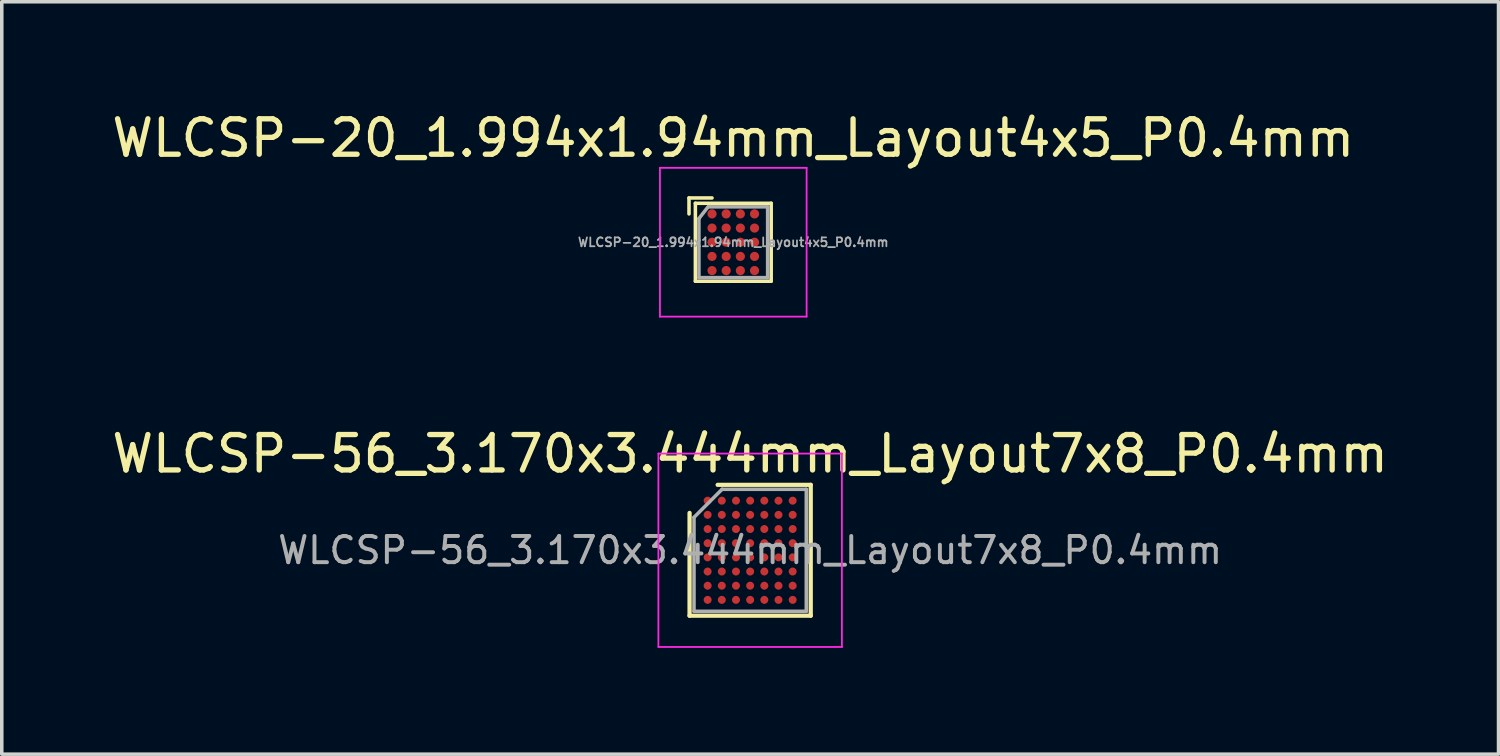
<source format=kicad_pcb>
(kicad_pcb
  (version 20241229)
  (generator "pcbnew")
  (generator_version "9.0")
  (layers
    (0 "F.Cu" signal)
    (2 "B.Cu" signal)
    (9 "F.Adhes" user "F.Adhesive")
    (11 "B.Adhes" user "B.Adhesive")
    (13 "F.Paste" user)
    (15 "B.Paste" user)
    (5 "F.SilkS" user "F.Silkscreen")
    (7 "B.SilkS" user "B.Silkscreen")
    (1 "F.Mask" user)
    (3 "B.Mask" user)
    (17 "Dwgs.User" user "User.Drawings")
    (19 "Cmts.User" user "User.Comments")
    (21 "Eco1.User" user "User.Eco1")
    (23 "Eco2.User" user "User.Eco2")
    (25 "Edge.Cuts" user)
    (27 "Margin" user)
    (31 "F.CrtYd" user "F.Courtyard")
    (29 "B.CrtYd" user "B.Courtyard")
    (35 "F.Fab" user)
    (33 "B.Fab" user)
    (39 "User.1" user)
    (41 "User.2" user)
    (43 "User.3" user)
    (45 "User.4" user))
  (footprint "WLCSP-20_1.994x1.94mm_Layout4x5_P0.4mm"
    (layer "F.Cu")
    (at 17.649 3.788)
    (property "Reference" "WLCSP-20_1.994x1.94mm_Layout4x5_P0.4mm" (at 0 -2.94 0) (layer "F.SilkS") (effects (font (size 1 1) (thickness 0.15))))
    (attr smd)
    (fp_line (start -1.25 -1.25) (end -1.25 -0.8) (stroke (width 0.1) (type solid)) (layer "F.SilkS"))
    (fp_line (start -1.07 1.1) (end -1.07 -1.1) (stroke (width 0.1) (type solid)) (layer "F.SilkS"))
    (fp_line (start -0.6 -1.25) (end -1.25 -1.25) (stroke (width 0.1) (type solid)) (layer "F.SilkS"))
    (fp_line (start 1.07 -1.1) (end -1.07 -1.1) (stroke (width 0.1) (type solid)) (layer "F.SilkS"))
    (fp_line (start 1.07 1.1) (end -1.07 1.1) (stroke (width 0.1) (type solid)) (layer "F.SilkS"))
    (fp_line (start 1.07 1.1) (end 1.07 -1.1) (stroke (width 0.1) (type solid)) (layer "F.SilkS"))
    (fp_line (start -2.07 2.1) (end -2.07 -2.1) (stroke (width 0.05) (type solid)) (layer "F.CrtYd"))
    (fp_line (start 2.07 -2.1) (end -2.07 -2.1) (stroke (width 0.05) (type solid)) (layer "F.CrtYd"))
    (fp_line (start 2.07 2.1) (end -2.07 2.1) (stroke (width 0.05) (type solid)) (layer "F.CrtYd"))
    (fp_line (start 2.07 2.1) (end 2.07 -2.1) (stroke (width 0.05) (type solid)) (layer "F.CrtYd"))
    (fp_line (start -0.97 -0.67) (end -0.71 -1) (stroke (width 0.1) (type solid)) (layer "F.Fab"))
    (fp_line (start -0.97 0.997) (end -0.97 -0.66) (stroke (width 0.1) (type solid)) (layer "F.Fab"))
    (fp_line (start -0.97 1) (end 0.97 1) (stroke (width 0.1) (type solid)) (layer "F.Fab"))
    (fp_line (start -0.7 -1) (end 0.97 -1) (stroke (width 0.1) (type solid)) (layer "F.Fab"))
    (fp_line (start 0.97 0.997) (end 0.97 -0.997) (stroke (width 0.1) (type solid)) (layer "F.Fab"))
    (fp_text user "${REFERENCE}" (at 0 0 0) (layer "F.Fab") (effects (font (size 0.25 0.25) (thickness 0.05))))
    (pad "A1" smd circle (at -0.6 -0.8) (size 0.258 0.258) (layers "F.Cu" "F.Mask" "F.Paste"))
    (pad "A2" smd circle (at -0.2 -0.8) (size 0.258 0.258) (layers "F.Cu" "F.Mask" "F.Paste"))
    (pad "A3" smd circle (at 0.2 -0.8) (size 0.258 0.258) (layers "F.Cu" "F.Mask" "F.Paste"))
    (pad "A4" smd circle (at 0.6 -0.8) (size 0.258 0.258) (layers "F.Cu" "F.Mask" "F.Paste"))
    (pad "B1" smd circle (at -0.6 -0.4) (size 0.258 0.258) (layers "F.Cu" "F.Mask" "F.Paste"))
    (pad "B2" smd circle (at -0.2 -0.4) (size 0.258 0.258) (layers "F.Cu" "F.Mask" "F.Paste"))
    (pad "B3" smd circle (at 0.2 -0.4) (size 0.258 0.258) (layers "F.Cu" "F.Mask" "F.Paste"))
    (pad "B4" smd circle (at 0.6 -0.4) (size 0.258 0.258) (layers "F.Cu" "F.Mask" "F.Paste"))
    (pad "C1" smd circle (at -0.6 0) (size 0.258 0.258) (layers "F.Cu" "F.Mask" "F.Paste"))
    (pad "C2" smd circle (at -0.2 0) (size 0.258 0.258) (layers "F.Cu" "F.Mask" "F.Paste"))
    (pad "C3" smd circle (at 0.2 0) (size 0.258 0.258) (layers "F.Cu" "F.Mask" "F.Paste"))
    (pad "C4" smd circle (at 0.6 0) (size 0.258 0.258) (layers "F.Cu" "F.Mask" "F.Paste"))
    (pad "D1" smd circle (at -0.6 0.4) (size 0.258 0.258) (layers "F.Cu" "F.Mask" "F.Paste"))
    (pad "D2" smd circle (at -0.2 0.4) (size 0.258 0.258) (layers "F.Cu" "F.Mask" "F.Paste"))
    (pad "D3" smd circle (at 0.2 0.4) (size 0.258 0.258) (layers "F.Cu" "F.Mask" "F.Paste"))
    (pad "D4" smd circle (at 0.6 0.4) (size 0.258 0.258) (layers "F.Cu" "F.Mask" "F.Paste"))
    (pad "E1" smd circle (at -0.6 0.8) (size 0.258 0.258) (layers "F.Cu" "F.Mask" "F.Paste"))
    (pad "E2" smd circle (at -0.2 0.8) (size 0.258 0.258) (layers "F.Cu" "F.Mask" "F.Paste"))
    (pad "E3" smd circle (at 0.2 0.8) (size 0.258 0.258) (layers "F.Cu" "F.Mask" "F.Paste"))
    (pad "E4" smd circle (at 0.6 0.8) (size 0.258 0.258) (layers "F.Cu" "F.Mask" "F.Paste")))
  (footprint "WLCSP-56_3.170x3.444mm_Layout7x8_P0.4mm"
    (layer "F.Cu")
    (at 18.125 12.483)
    (property "Reference" "WLCSP-56_3.170x3.444mm_Layout7x8_P0.4mm" (at 0 -2.722 0) (layer "F.SilkS") (effects (font (size 1 1) (thickness 0.15))))
    (attr smd)
    (fp_line (start -1.71 1.847) (end -1.71 -1.054) (stroke (width 0.12) (type solid)) (layer "F.SilkS"))
    (fp_line (start -0.917 -1.847) (end 1.71 -1.847) (stroke (width 0.12) (type solid)) (layer "F.SilkS"))
    (fp_line (start 1.71 -1.847) (end 1.71 1.847) (stroke (width 0.12) (type solid)) (layer "F.SilkS"))
    (fp_line (start 1.71 1.847) (end -1.71 1.847) (stroke (width 0.12) (type solid)) (layer "F.SilkS"))
    (fp_line (start -2.59 -2.73) (end -2.59 2.73) (stroke (width 0.05) (type solid)) (layer "F.CrtYd"))
    (fp_line (start -2.59 2.73) (end 2.59 2.73) (stroke (width 0.05) (type solid)) (layer "F.CrtYd"))
    (fp_line (start 2.59 -2.73) (end -2.59 -2.73) (stroke (width 0.05) (type solid)) (layer "F.CrtYd"))
    (fp_line (start 2.59 2.73) (end 2.59 -2.73) (stroke (width 0.05) (type solid)) (layer "F.CrtYd"))
    (fp_line (start -1.585 -0.929) (end -0.792 -1.722) (stroke (width 0.1) (type solid)) (layer "F.Fab"))
    (fp_line (start -1.585 1.722) (end -1.585 -0.929) (stroke (width 0.1) (type solid)) (layer "F.Fab"))
    (fp_line (start -0.792 -1.722) (end 1.585 -1.722) (stroke (width 0.1) (type solid)) (layer "F.Fab"))
    (fp_line (start 1.585 -1.722) (end 1.585 1.722) (stroke (width 0.1) (type solid)) (layer "F.Fab"))
    (fp_line (start 1.585 1.722) (end -1.585 1.722) (stroke (width 0.1) (type solid)) (layer "F.Fab"))
    (fp_text user "${REFERENCE}" (at 0 0 0) (layer "F.Fab") (effects (font (size 0.74 0.74) (thickness 0.111))))
    (pad "A1" smd circle (at -1.2 -1.4) (size 0.225 0.225) (layers "F.Cu" "F.Mask" "F.Paste"))
    (pad "A2" smd circle (at -0.8 -1.4) (size 0.225 0.225) (layers "F.Cu" "F.Mask" "F.Paste"))
    (pad "A3" smd circle (at -0.4 -1.4) (size 0.225 0.225) (layers "F.Cu" "F.Mask" "F.Paste"))
    (pad "A4" smd circle (at 0 -1.4) (size 0.225 0.225) (layers "F.Cu" "F.Mask" "F.Paste"))
    (pad "A5" smd circle (at 0.4 -1.4) (size 0.225 0.225) (layers "F.Cu" "F.Mask" "F.Paste"))
    (pad "A6" smd circle (at 0.8 -1.4) (size 0.225 0.225) (layers "F.Cu" "F.Mask" "F.Paste"))
    (pad "A7" smd circle (at 1.2 -1.4) (size 0.225 0.225) (layers "F.Cu" "F.Mask" "F.Paste"))
    (pad "B1" smd circle (at -1.2 -1) (size 0.225 0.225) (layers "F.Cu" "F.Mask" "F.Paste"))
    (pad "B2" smd circle (at -0.8 -1) (size 0.225 0.225) (layers "F.Cu" "F.Mask" "F.Paste"))
    (pad "B3" smd circle (at -0.4 -1) (size 0.225 0.225) (layers "F.Cu" "F.Mask" "F.Paste"))
    (pad "B4" smd circle (at 0 -1) (size 0.225 0.225) (layers "F.Cu" "F.Mask" "F.Paste"))
    (pad "B5" smd circle (at 0.4 -1) (size 0.225 0.225) (layers "F.Cu" "F.Mask" "F.Paste"))
    (pad "B6" smd circle (at 0.8 -1) (size 0.225 0.225) (layers "F.Cu" "F.Mask" "F.Paste"))
    (pad "B7" smd circle (at 1.2 -1) (size 0.225 0.225) (layers "F.Cu" "F.Mask" "F.Paste"))
    (pad "C1" smd circle (at -1.2 -0.6) (size 0.225 0.225) (layers "F.Cu" "F.Mask" "F.Paste"))
    (pad "C2" smd circle (at -0.8 -0.6) (size 0.225 0.225) (layers "F.Cu" "F.Mask" "F.Paste"))
    (pad "C3" smd circle (at -0.4 -0.6) (size 0.225 0.225) (layers "F.Cu" "F.Mask" "F.Paste"))
    (pad "C4" smd circle (at 0 -0.6) (size 0.225 0.225) (layers "F.Cu" "F.Mask" "F.Paste"))
    (pad "C5" smd circle (at 0.4 -0.6) (size 0.225 0.225) (layers "F.Cu" "F.Mask" "F.Paste"))
    (pad "C6" smd circle (at 0.8 -0.6) (size 0.225 0.225) (layers "F.Cu" "F.Mask" "F.Paste"))
    (pad "C7" smd circle (at 1.2 -0.6) (size 0.225 0.225) (layers "F.Cu" "F.Mask" "F.Paste"))
    (pad "D1" smd circle (at -1.2 -0.2) (size 0.225 0.225) (layers "F.Cu" "F.Mask" "F.Paste"))
    (pad "D2" smd circle (at -0.8 -0.2) (size 0.225 0.225) (layers "F.Cu" "F.Mask" "F.Paste"))
    (pad "D3" smd circle (at -0.4 -0.2) (size 0.225 0.225) (layers "F.Cu" "F.Mask" "F.Paste"))
    (pad "D4" smd circle (at 0 -0.2) (size 0.225 0.225) (layers "F.Cu" "F.Mask" "F.Paste"))
    (pad "D5" smd circle (at 0.4 -0.2) (size 0.225 0.225) (layers "F.Cu" "F.Mask" "F.Paste"))
    (pad "D6" smd circle (at 0.8 -0.2) (size 0.225 0.225) (layers "F.Cu" "F.Mask" "F.Paste"))
    (pad "D7" smd circle (at 1.2 -0.2) (size 0.225 0.225) (layers "F.Cu" "F.Mask" "F.Paste"))
    (pad "E1" smd circle (at -1.2 0.2) (size 0.225 0.225) (layers "F.Cu" "F.Mask" "F.Paste"))
    (pad "E2" smd circle (at -0.8 0.2) (size 0.225 0.225) (layers "F.Cu" "F.Mask" "F.Paste"))
    (pad "E3" smd circle (at -0.4 0.2) (size 0.225 0.225) (layers "F.Cu" "F.Mask" "F.Paste"))
    (pad "E4" smd circle (at 0 0.2) (size 0.225 0.225) (layers "F.Cu" "F.Mask" "F.Paste"))
    (pad "E5" smd circle (at 0.4 0.2) (size 0.225 0.225) (layers "F.Cu" "F.Mask" "F.Paste"))
    (pad "E6" smd circle (at 0.8 0.2) (size 0.225 0.225) (layers "F.Cu" "F.Mask" "F.Paste"))
    (pad "E7" smd circle (at 1.2 0.2) (size 0.225 0.225) (layers "F.Cu" "F.Mask" "F.Paste"))
    (pad "F1" smd circle (at -1.2 0.6) (size 0.225 0.225) (layers "F.Cu" "F.Mask" "F.Paste"))
    (pad "F2" smd circle (at -0.8 0.6) (size 0.225 0.225) (layers "F.Cu" "F.Mask" "F.Paste"))
    (pad "F3" smd circle (at -0.4 0.6) (size 0.225 0.225) (layers "F.Cu" "F.Mask" "F.Paste"))
    (pad "F4" smd circle (at 0 0.6) (size 0.225 0.225) (layers "F.Cu" "F.Mask" "F.Paste"))
    (pad "F5" smd circle (at 0.4 0.6) (size 0.225 0.225) (layers "F.Cu" "F.Mask" "F.Paste"))
    (pad "F6" smd circle (at 0.8 0.6) (size 0.225 0.225) (layers "F.Cu" "F.Mask" "F.Paste"))
    (pad "F7" smd circle (at 1.2 0.6) (size 0.225 0.225) (layers "F.Cu" "F.Mask" "F.Paste"))
    (pad "G1" smd circle (at -1.2 1) (size 0.225 0.225) (layers "F.Cu" "F.Mask" "F.Paste"))
    (pad "G2" smd circle (at -0.8 1) (size 0.225 0.225) (layers "F.Cu" "F.Mask" "F.Paste"))
    (pad "G3" smd circle (at -0.4 1) (size 0.225 0.225) (layers "F.Cu" "F.Mask" "F.Paste"))
    (pad "G4" smd circle (at 0 1) (size 0.225 0.225) (layers "F.Cu" "F.Mask" "F.Paste"))
    (pad "G5" smd circle (at 0.4 1) (size 0.225 0.225) (layers "F.Cu" "F.Mask" "F.Paste"))
    (pad "G6" smd circle (at 0.8 1) (size 0.225 0.225) (layers "F.Cu" "F.Mask" "F.Paste"))
    (pad "G7" smd circle (at 1.2 1) (size 0.225 0.225) (layers "F.Cu" "F.Mask" "F.Paste"))
    (pad "H1" smd circle (at -1.2 1.4) (size 0.225 0.225) (layers "F.Cu" "F.Mask" "F.Paste"))
    (pad "H2" smd circle (at -0.8 1.4) (size 0.225 0.225) (layers "F.Cu" "F.Mask" "F.Paste"))
    (pad "H3" smd circle (at -0.4 1.4) (size 0.225 0.225) (layers "F.Cu" "F.Mask" "F.Paste"))
    (pad "H4" smd circle (at 0 1.4) (size 0.225 0.225) (layers "F.Cu" "F.Mask" "F.Paste"))
    (pad "H5" smd circle (at 0.4 1.4) (size 0.225 0.225) (layers "F.Cu" "F.Mask" "F.Paste"))
    (pad "H6" smd circle (at 0.8 1.4) (size 0.225 0.225) (layers "F.Cu" "F.Mask" "F.Paste"))
    (pad "H7" smd circle (at 1.2 1.4) (size 0.225 0.225) (layers "F.Cu" "F.Mask" "F.Paste")))
  (gr_rect
    (start -3 -3)
    (end 39.25 18.238)
    (stroke (width 0.1) (type default))
    (fill no)
    (layer "Edge.Cuts")))
</source>
